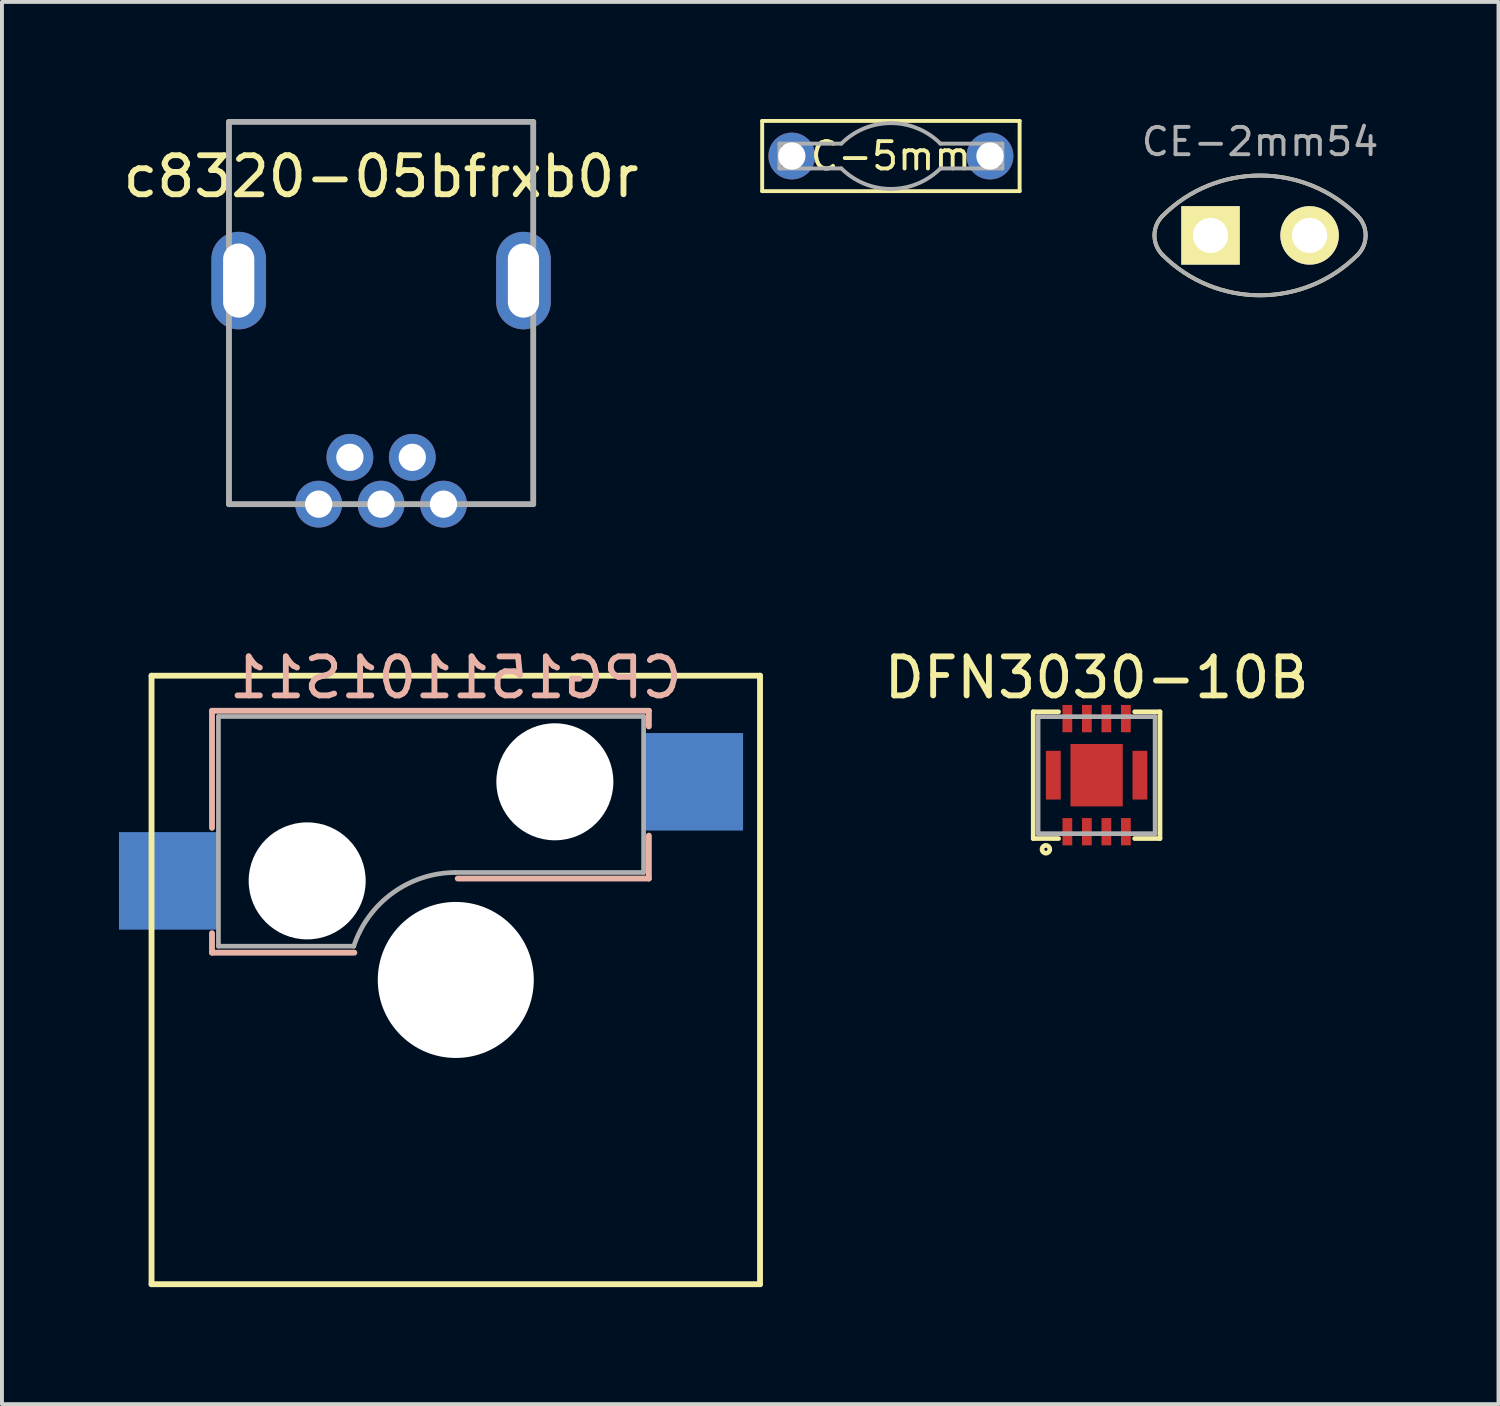
<source format=kicad_pcb>
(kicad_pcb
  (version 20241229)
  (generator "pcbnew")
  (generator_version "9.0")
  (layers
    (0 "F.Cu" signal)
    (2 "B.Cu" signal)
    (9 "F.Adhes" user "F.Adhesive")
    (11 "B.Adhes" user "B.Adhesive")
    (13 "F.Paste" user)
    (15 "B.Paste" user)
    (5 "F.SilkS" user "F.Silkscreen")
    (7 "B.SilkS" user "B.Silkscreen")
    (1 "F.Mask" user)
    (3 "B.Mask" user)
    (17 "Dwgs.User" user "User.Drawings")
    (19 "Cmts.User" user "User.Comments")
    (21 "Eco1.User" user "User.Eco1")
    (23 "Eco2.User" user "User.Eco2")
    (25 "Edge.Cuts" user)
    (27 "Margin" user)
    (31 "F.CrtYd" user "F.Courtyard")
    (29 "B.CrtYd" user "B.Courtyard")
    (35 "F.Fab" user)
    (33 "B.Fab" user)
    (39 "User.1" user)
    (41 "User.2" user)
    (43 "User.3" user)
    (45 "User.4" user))
  (footprint "CPG151101S11"
    (layer "F.Cu")
    (at 8.635 22.073)
    (property "Reference" "CPG151101S11" (at 0 -7.75 180) (layer "B.SilkS") (effects (font (size 1 1) (thickness 0.15)) (justify mirror)))
    (attr through_hole)
    (fp_line (start -7.8 -7.8) (end 7.8 -7.8) (stroke (width 0.15) (type solid)) (layer "F.SilkS"))
    (fp_line (start -7.8 7.8) (end -7.8 -7.8) (stroke (width 0.15) (type solid)) (layer "F.SilkS"))
    (fp_line (start 7.8 -7.8) (end 7.8 7.8) (stroke (width 0.15) (type solid)) (layer "F.SilkS"))
    (fp_line (start 7.8 7.8) (end -7.8 7.8) (stroke (width 0.15) (type solid)) (layer "F.SilkS"))
    (fp_line (start -6.25 -6.9) (end 4.95 -6.9) (stroke (width 0.15) (type solid)) (layer "B.SilkS"))
    (fp_line (start -6.25 -3.9) (end -6.25 -6.9) (stroke (width 0.15) (type solid)) (layer "B.SilkS"))
    (fp_line (start -6.25 -1.2) (end -6.25 -0.7) (stroke (width 0.15) (type solid)) (layer "B.SilkS"))
    (fp_line (start -6.25 -0.7) (end -2.6 -0.7) (stroke (width 0.15) (type solid)) (layer "B.SilkS"))
    (fp_line (start 4.95 -6.9) (end 4.95 -6.5) (stroke (width 0.15) (type solid)) (layer "B.SilkS"))
    (fp_line (start 4.95 -3.7) (end 4.95 -2.6) (stroke (width 0.15) (type solid)) (layer "B.SilkS"))
    (fp_line (start 4.95 -2.6) (end 0.05 -2.6) (stroke (width 0.15) (type solid)) (layer "B.SilkS"))
    (fp_line (start -6.085 -6.755) (end -6.085 -0.865) (stroke (width 0.12) (type solid)) (layer "F.Fab"))
    (fp_line (start -6.085 -0.865) (end -2.615 -0.865) (stroke (width 0.12) (type solid)) (layer "F.Fab"))
    (fp_line (start 4.815 -6.755) (end -6.085 -6.755) (stroke (width 0.12) (type solid)) (layer "F.Fab"))
    (fp_line (start 4.815 -6.755) (end 4.815 -2.755) (stroke (width 0.12) (type solid)) (layer "F.Fab"))
    (fp_line (start 4.815 -2.755) (end 0 -2.755) (stroke (width 0.12) (type solid)) (layer "F.Fab"))
    (fp_arc (start -2.615667 -0.865049) (mid -1.613508 -2.233073) (end 0 -2.755) (stroke (width 0.12) (type solid)) (layer "F.Fab"))
    (pad "" np_thru_hole circle (at -3.81 -2.54) (size 3 3) (drill 3) (layers "*.Cu" "*.Mask"))
    (pad "" np_thru_hole circle (at 0 0) (size 4 4) (drill 4) (layers "*.Cu" "*.Mask"))
    (pad "" np_thru_hole circle (at 2.54 -5.08) (size 3 3) (drill 3) (layers "*.Cu" "*.Mask"))
    (pad "1" smd rect (at -7.36 -2.54) (size 2.55 2.5) (layers "B.Cu" "B.Mask" "B.Paste"))
    (pad "2" smd rect (at 6.09 -5.08) (size 2.55 2.5) (layers "B.Cu" "B.Mask" "B.Paste")))
  (footprint "CE-2mm54"
    (layer "F.Cu")
    (at 29.254 2.985)
    (property "Reference" "CE-2mm54" (at 0 -2.4 0) (layer "F.Fab") (effects (font (size 0.7 0.7) (thickness 0.1))))
    (attr through_hole)
    (fp_arc (start -2.5 -0.5) (mid 0 -1.535534) (end 2.5 -0.5) (stroke (width 0.1) (type solid)) (layer "F.SilkS"))
    (fp_arc (start -2.5 0.5) (mid -2.707107 0) (end -2.5 -0.5) (stroke (width 0.1) (type solid)) (layer "F.SilkS"))
    (fp_arc (start 2.5 -0.5) (mid 2.707107 0) (end 2.5 0.5) (stroke (width 0.1) (type solid)) (layer "F.SilkS"))
    (fp_arc (start 2.5 0.5) (mid 0 1.535534) (end -2.5 0.5) (stroke (width 0.1) (type solid)) (layer "F.SilkS"))
    (fp_arc (start -2.5 -0.5) (mid 0 -1.535534) (end 2.5 -0.5) (stroke (width 0.1) (type solid)) (layer "F.Fab"))
    (fp_arc (start -2.5 0.5) (mid -2.707107 0) (end -2.5 -0.5) (stroke (width 0.1) (type solid)) (layer "F.Fab"))
    (fp_arc (start 2.5 -0.5) (mid 2.707107 0) (end 2.5 0.5) (stroke (width 0.1) (type solid)) (layer "F.Fab"))
    (fp_arc (start 2.5 0.5) (mid 0 1.535534) (end -2.5 0.5) (stroke (width 0.1) (type solid)) (layer "F.Fab"))
    (pad "1" thru_hole rect (at -1.27 0) (size 1.5 1.5) (drill 0.9) (layers "*.Cu" "*.Mask" "F.SilkS"))
    (pad "2" thru_hole circle (at 1.27 0) (size 1.5 1.5) (drill 0.9) (layers "*.Cu" "*.Mask" "F.SilkS")))
  (footprint "DFN3030-10B"
    (layer "F.Cu")
    (at 25.064 16.823)
    (property "Reference" "DFN3030-10B" (at 0 -2.5 0) (layer "F.SilkS") (effects (font (size 1 1) (thickness 0.15))))
    (attr through_hole)
    (fp_line (start -1.625 -1.625) (end -1.625 1.625) (stroke (width 0.12) (type solid)) (layer "F.SilkS"))
    (fp_line (start -1.625 1.625) (end -0.975 1.625) (stroke (width 0.12) (type solid)) (layer "F.SilkS"))
    (fp_line (start -0.975 -1.625) (end -1.625 -1.625) (stroke (width 0.12) (type solid)) (layer "F.SilkS"))
    (fp_line (start 0.975 -1.625) (end 1.625 -1.625) (stroke (width 0.12) (type solid)) (layer "F.SilkS"))
    (fp_line (start 1.625 -1.625) (end 1.625 1.625) (stroke (width 0.12) (type solid)) (layer "F.SilkS"))
    (fp_line (start 1.625 1.625) (end 0.975 1.625) (stroke (width 0.12) (type solid)) (layer "F.SilkS"))
    (fp_circle (center -1.3 1.9) (end -1.2 1.9) (stroke (width 0.12) (type solid)) (fill no) (layer "F.SilkS"))
    (fp_line (start -1.5 -1.5) (end 1.5 -1.5) (stroke (width 0.12) (type solid)) (layer "F.Fab"))
    (fp_line (start -1.5 1.5) (end -1.5 -1.5) (stroke (width 0.12) (type solid)) (layer "F.Fab"))
    (fp_line (start 1.5 -1.5) (end 1.5 1.5) (stroke (width 0.12) (type solid)) (layer "F.Fab"))
    (fp_line (start 1.5 1.5) (end -1.5 1.5) (stroke (width 0.12) (type solid)) (layer "F.Fab"))
    (pad "1" smd rect (at -0.75 1.45) (size 0.25 0.7) (layers "F.Cu" "F.Mask" "F.Paste"))
    (pad "2" smd rect (at -0.25 1.45) (size 0.25 0.7) (layers "F.Cu" "F.Mask" "F.Paste"))
    (pad "3" smd rect (at 0.25 1.45) (size 0.25 0.7) (layers "F.Cu" "F.Mask" "F.Paste"))
    (pad "4" smd rect (at 0.75 1.45) (size 0.25 0.7) (layers "F.Cu" "F.Mask" "F.Paste"))
    (pad "5" smd rect (at 0.75 -1.45) (size 0.25 0.7) (layers "F.Cu" "F.Mask" "F.Paste"))
    (pad "6" smd rect (at 0.25 -1.45) (size 0.25 0.7) (layers "F.Cu" "F.Mask" "F.Paste"))
    (pad "7" smd rect (at -0.25 -1.45) (size 0.25 0.7) (layers "F.Cu" "F.Mask" "F.Paste"))
    (pad "8" smd rect (at -0.75 -1.45) (size 0.25 0.7) (layers "F.Cu" "F.Mask" "F.Paste"))
    (pad "9" smd rect (at -1.11 0) (size 0.38 1.25) (layers "F.Cu" "F.Mask" "F.Paste"))
    (pad "10" smd rect (at 1.11 0) (size 0.38 1.25) (layers "F.Cu" "F.Mask" "F.Paste"))
    (pad "11" smd rect (at 0 0) (size 1.34 1.6) (layers "F.Cu" "F.Mask" "F.Paste")))
  (footprint "C-5mm"
    (layer "F.Cu")
    (at 19.79 0.95)
    (property "Reference" "C-5mm" (at 0 0 0) (layer "F.SilkS") (effects (font (size 0.7 0.7) (thickness 0.1))))
    (attr through_hole)
    (fp_line (start -3.3 -0.9) (end 3.3 -0.9) (stroke (width 0.1) (type solid)) (layer "F.SilkS"))
    (fp_line (start -3.3 0.9) (end -3.3 -0.9) (stroke (width 0.1) (type solid)) (layer "F.SilkS"))
    (fp_line (start 3.3 -0.9) (end 3.3 0.9) (stroke (width 0.1) (type solid)) (layer "F.SilkS"))
    (fp_line (start 3.3 0.9) (end -3.3 0.9) (stroke (width 0.1) (type solid)) (layer "F.SilkS"))
    (fp_line (start -2.857 -0.318) (end -2.857 0.318) (stroke (width 0.1) (type solid)) (layer "F.Fab"))
    (fp_line (start -2.857 -0.318) (end -1.27 -0.318) (stroke (width 0.1) (type solid)) (layer "F.Fab"))
    (fp_line (start -2.857 0.318) (end -1.27 0.318) (stroke (width 0.1) (type solid)) (layer "F.Fab"))
    (fp_line (start 1.27 -0.318) (end 2.857 -0.318) (stroke (width 0.1) (type solid)) (layer "F.Fab"))
    (fp_line (start 2.857 -0.318) (end 2.857 0.318) (stroke (width 0.1) (type solid)) (layer "F.Fab"))
    (fp_line (start 2.857 0.318) (end 1.27 0.318) (stroke (width 0.1) (type solid)) (layer "F.Fab"))
    (fp_arc (start -1.27 -0.3175) (mid 0 -0.843551) (end 1.27 -0.3175) (stroke (width 0.1) (type solid)) (layer "F.Fab"))
    (fp_arc (start 1.27 0.3175) (mid 0 0.843551) (end -1.27 0.3175) (stroke (width 0.1) (type solid)) (layer "F.Fab"))
    (pad "1" thru_hole circle (at -2.54 0) (size 1.2 1.2) (drill 0.7) (layers "*.Cu" "*.Mask"))
    (pad "2" thru_hole circle (at 2.54 0) (size 1.2 1.2) (drill 0.7) (layers "*.Cu" "*.Mask")))
  (footprint "c8320-05bfrxb0r"
    (layer "F.Cu")
    (at 6.72 4.975)
    (property "Reference" "c8320-05bfrxb0r" (at 0 -3.5 0) (layer "F.SilkS") (effects (font (size 1 1) (thickness 0.15))))
    (attr through_hole)
    (fp_line (start -3.9 -4.9) (end 3.9 -4.9) (stroke (width 0.15) (type solid)) (layer "F.Fab"))
    (fp_line (start -3.9 4.9) (end -3.9 -4.9) (stroke (width 0.15) (type solid)) (layer "F.Fab"))
    (fp_line (start 3.9 -4.9) (end 3.9 4.9) (stroke (width 0.15) (type solid)) (layer "F.Fab"))
    (fp_line (start 3.9 4.9) (end -3.9 4.9) (stroke (width 0.15) (type solid)) (layer "F.Fab"))
    (pad "1" thru_hole circle (at 1.6 4.9) (size 1.2 1.2) (drill 0.7) (layers "*.Cu" "*.Mask"))
    (pad "2" thru_hole circle (at 0.8 3.7) (size 1.2 1.2) (drill 0.7) (layers "*.Cu" "*.Mask"))
    (pad "3" thru_hole circle (at 0 4.9) (size 1.2 1.2) (drill 0.7) (layers "*.Cu" "*.Mask"))
    (pad "4" thru_hole circle (at -0.8 3.7) (size 1.2 1.2) (drill 0.7) (layers "*.Cu" "*.Mask"))
    (pad "5" thru_hole circle (at -1.6 4.9) (size 1.2 1.2) (drill 0.7) (layers "*.Cu" "*.Mask"))
    (pad "6" thru_hole oval (at -3.65 -0.832) (size 1.4 2.5) (drill oval 0.8 1.9) (layers "*.Cu" "*.Mask"))
    (pad "6" thru_hole oval (at 3.65 -0.832) (size 1.4 2.5) (drill oval 0.8 1.9) (layers "*.Cu" "*.Mask")))
  (gr_rect
    (start -3 -3)
    (end 35.367 32.948)
    (stroke (width 0.1) (type default))
    (fill no)
    (layer "Edge.Cuts")))
</source>
